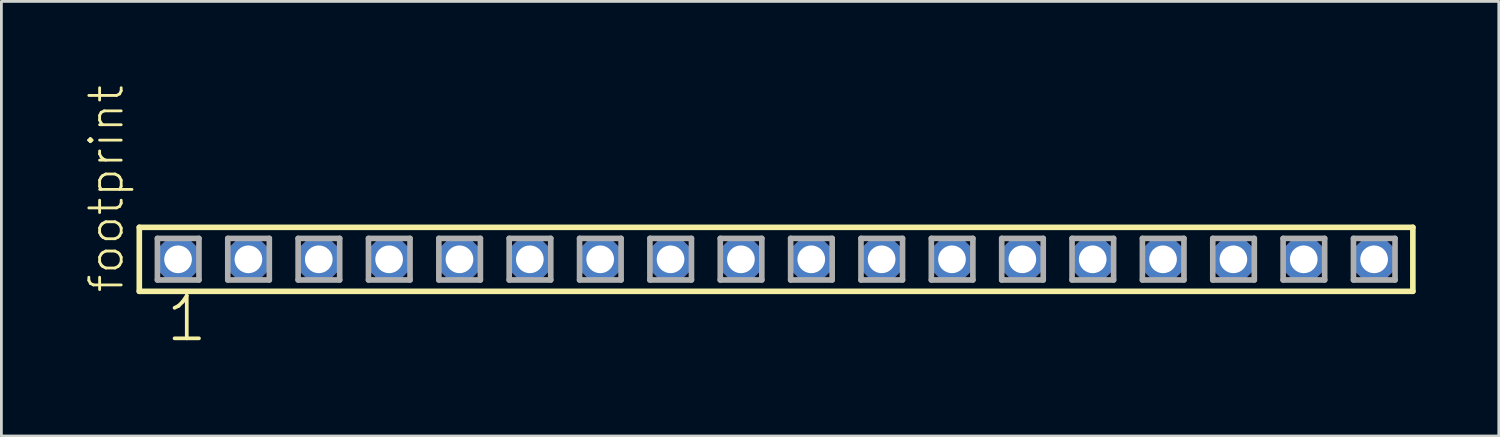
<source format=kicad_pcb>
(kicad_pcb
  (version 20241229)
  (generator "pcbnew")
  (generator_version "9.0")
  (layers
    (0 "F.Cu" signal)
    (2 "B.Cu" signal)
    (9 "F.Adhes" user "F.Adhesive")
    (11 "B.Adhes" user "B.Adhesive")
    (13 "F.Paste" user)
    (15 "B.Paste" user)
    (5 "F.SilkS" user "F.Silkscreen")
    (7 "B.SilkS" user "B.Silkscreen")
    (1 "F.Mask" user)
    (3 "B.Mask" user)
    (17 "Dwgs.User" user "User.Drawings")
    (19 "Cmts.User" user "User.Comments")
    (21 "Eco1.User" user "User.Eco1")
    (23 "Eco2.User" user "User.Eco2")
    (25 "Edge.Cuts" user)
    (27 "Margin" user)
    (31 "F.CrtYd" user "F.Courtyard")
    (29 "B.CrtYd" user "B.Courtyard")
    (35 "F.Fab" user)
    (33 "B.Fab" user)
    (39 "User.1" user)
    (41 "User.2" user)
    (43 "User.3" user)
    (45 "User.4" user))
  (footprint "footprint"
    (layer "F.Cu")
    (at 24.968 6.312)
    (property "Reference" "footprint" (at -23.495 1.27 90) (layer "F.SilkS") (effects (font (size 1.168 1.168) (thickness 0.102)) (justify left bottom)))
    (fp_line (start -22.989 -1.155) (end 22.989 -1.155) (stroke (width 0.203) (type solid)) (layer "F.SilkS"))
    (fp_line (start -22.989 1.155) (end -22.989 -1.155) (stroke (width 0.203) (type solid)) (layer "F.SilkS"))
    (fp_line (start 22.989 -1.155) (end 22.989 1.155) (stroke (width 0.203) (type solid)) (layer "F.SilkS"))
    (fp_line (start 22.989 1.155) (end -22.989 1.155) (stroke (width 0.203) (type solid)) (layer "F.SilkS"))
    (fp_line (start -22.335 -0.755) (end -20.835 -0.755) (stroke (width 0.203) (type solid)) (layer "F.Fab"))
    (fp_line (start -22.335 0.745) (end -22.335 -0.755) (stroke (width 0.203) (type solid)) (layer "F.Fab"))
    (fp_line (start -20.835 -0.755) (end -20.835 0.745) (stroke (width 0.203) (type solid)) (layer "F.Fab"))
    (fp_line (start -20.835 0.745) (end -22.335 0.745) (stroke (width 0.203) (type solid)) (layer "F.Fab"))
    (fp_line (start -19.795 -0.755) (end -18.295 -0.755) (stroke (width 0.203) (type solid)) (layer "F.Fab"))
    (fp_line (start -19.795 0.745) (end -19.795 -0.755) (stroke (width 0.203) (type solid)) (layer "F.Fab"))
    (fp_line (start -18.295 -0.755) (end -18.295 0.745) (stroke (width 0.203) (type solid)) (layer "F.Fab"))
    (fp_line (start -18.295 0.745) (end -19.795 0.745) (stroke (width 0.203) (type solid)) (layer "F.Fab"))
    (fp_line (start -17.255 -0.755) (end -15.755 -0.755) (stroke (width 0.203) (type solid)) (layer "F.Fab"))
    (fp_line (start -17.255 0.745) (end -17.255 -0.755) (stroke (width 0.203) (type solid)) (layer "F.Fab"))
    (fp_line (start -15.755 -0.755) (end -15.755 0.745) (stroke (width 0.203) (type solid)) (layer "F.Fab"))
    (fp_line (start -15.755 0.745) (end -17.255 0.745) (stroke (width 0.203) (type solid)) (layer "F.Fab"))
    (fp_line (start -14.715 -0.755) (end -13.215 -0.755) (stroke (width 0.203) (type solid)) (layer "F.Fab"))
    (fp_line (start -14.715 0.745) (end -14.715 -0.755) (stroke (width 0.203) (type solid)) (layer "F.Fab"))
    (fp_line (start -13.215 -0.755) (end -13.215 0.745) (stroke (width 0.203) (type solid)) (layer "F.Fab"))
    (fp_line (start -13.215 0.745) (end -14.715 0.745) (stroke (width 0.203) (type solid)) (layer "F.Fab"))
    (fp_line (start -12.175 -0.755) (end -10.675 -0.755) (stroke (width 0.203) (type solid)) (layer "F.Fab"))
    (fp_line (start -12.175 0.745) (end -12.175 -0.755) (stroke (width 0.203) (type solid)) (layer "F.Fab"))
    (fp_line (start -10.675 -0.755) (end -10.675 0.745) (stroke (width 0.203) (type solid)) (layer "F.Fab"))
    (fp_line (start -10.675 0.745) (end -12.175 0.745) (stroke (width 0.203) (type solid)) (layer "F.Fab"))
    (fp_line (start -9.635 -0.755) (end -8.135 -0.755) (stroke (width 0.203) (type solid)) (layer "F.Fab"))
    (fp_line (start -9.635 0.745) (end -9.635 -0.755) (stroke (width 0.203) (type solid)) (layer "F.Fab"))
    (fp_line (start -8.135 -0.755) (end -8.135 0.745) (stroke (width 0.203) (type solid)) (layer "F.Fab"))
    (fp_line (start -8.135 0.745) (end -9.635 0.745) (stroke (width 0.203) (type solid)) (layer "F.Fab"))
    (fp_line (start -7.095 -0.755) (end -5.595 -0.755) (stroke (width 0.203) (type solid)) (layer "F.Fab"))
    (fp_line (start -7.095 0.745) (end -7.095 -0.755) (stroke (width 0.203) (type solid)) (layer "F.Fab"))
    (fp_line (start -5.595 -0.755) (end -5.595 0.745) (stroke (width 0.203) (type solid)) (layer "F.Fab"))
    (fp_line (start -5.595 0.745) (end -7.095 0.745) (stroke (width 0.203) (type solid)) (layer "F.Fab"))
    (fp_line (start -4.555 -0.755) (end -3.055 -0.755) (stroke (width 0.203) (type solid)) (layer "F.Fab"))
    (fp_line (start -4.555 0.745) (end -4.555 -0.755) (stroke (width 0.203) (type solid)) (layer "F.Fab"))
    (fp_line (start -3.055 -0.755) (end -3.055 0.745) (stroke (width 0.203) (type solid)) (layer "F.Fab"))
    (fp_line (start -3.055 0.745) (end -4.555 0.745) (stroke (width 0.203) (type solid)) (layer "F.Fab"))
    (fp_line (start -2.015 -0.755) (end -0.515 -0.755) (stroke (width 0.203) (type solid)) (layer "F.Fab"))
    (fp_line (start -2.015 0.745) (end -2.015 -0.755) (stroke (width 0.203) (type solid)) (layer "F.Fab"))
    (fp_line (start -0.515 -0.755) (end -0.515 0.745) (stroke (width 0.203) (type solid)) (layer "F.Fab"))
    (fp_line (start -0.515 0.745) (end -2.015 0.745) (stroke (width 0.203) (type solid)) (layer "F.Fab"))
    (fp_line (start 0.525 -0.755) (end 2.025 -0.755) (stroke (width 0.203) (type solid)) (layer "F.Fab"))
    (fp_line (start 0.525 0.745) (end 0.525 -0.755) (stroke (width 0.203) (type solid)) (layer "F.Fab"))
    (fp_line (start 2.025 -0.755) (end 2.025 0.745) (stroke (width 0.203) (type solid)) (layer "F.Fab"))
    (fp_line (start 2.025 0.745) (end 0.525 0.745) (stroke (width 0.203) (type solid)) (layer "F.Fab"))
    (fp_line (start 3.065 -0.755) (end 4.565 -0.755) (stroke (width 0.203) (type solid)) (layer "F.Fab"))
    (fp_line (start 3.065 0.745) (end 3.065 -0.755) (stroke (width 0.203) (type solid)) (layer "F.Fab"))
    (fp_line (start 4.565 -0.755) (end 4.565 0.745) (stroke (width 0.203) (type solid)) (layer "F.Fab"))
    (fp_line (start 4.565 0.745) (end 3.065 0.745) (stroke (width 0.203) (type solid)) (layer "F.Fab"))
    (fp_line (start 5.605 -0.755) (end 7.105 -0.755) (stroke (width 0.203) (type solid)) (layer "F.Fab"))
    (fp_line (start 5.605 0.745) (end 5.605 -0.755) (stroke (width 0.203) (type solid)) (layer "F.Fab"))
    (fp_line (start 7.105 -0.755) (end 7.105 0.745) (stroke (width 0.203) (type solid)) (layer "F.Fab"))
    (fp_line (start 7.105 0.745) (end 5.605 0.745) (stroke (width 0.203) (type solid)) (layer "F.Fab"))
    (fp_line (start 8.145 -0.755) (end 9.645 -0.755) (stroke (width 0.203) (type solid)) (layer "F.Fab"))
    (fp_line (start 8.145 0.745) (end 8.145 -0.755) (stroke (width 0.203) (type solid)) (layer "F.Fab"))
    (fp_line (start 9.645 -0.755) (end 9.645 0.745) (stroke (width 0.203) (type solid)) (layer "F.Fab"))
    (fp_line (start 9.645 0.745) (end 8.145 0.745) (stroke (width 0.203) (type solid)) (layer "F.Fab"))
    (fp_line (start 10.685 -0.755) (end 12.185 -0.755) (stroke (width 0.203) (type solid)) (layer "F.Fab"))
    (fp_line (start 10.685 0.745) (end 10.685 -0.755) (stroke (width 0.203) (type solid)) (layer "F.Fab"))
    (fp_line (start 12.185 -0.755) (end 12.185 0.745) (stroke (width 0.203) (type solid)) (layer "F.Fab"))
    (fp_line (start 12.185 0.745) (end 10.685 0.745) (stroke (width 0.203) (type solid)) (layer "F.Fab"))
    (fp_line (start 13.225 -0.755) (end 14.725 -0.755) (stroke (width 0.203) (type solid)) (layer "F.Fab"))
    (fp_line (start 13.225 0.745) (end 13.225 -0.755) (stroke (width 0.203) (type solid)) (layer "F.Fab"))
    (fp_line (start 14.725 -0.755) (end 14.725 0.745) (stroke (width 0.203) (type solid)) (layer "F.Fab"))
    (fp_line (start 14.725 0.745) (end 13.225 0.745) (stroke (width 0.203) (type solid)) (layer "F.Fab"))
    (fp_line (start 15.765 -0.755) (end 17.265 -0.755) (stroke (width 0.203) (type solid)) (layer "F.Fab"))
    (fp_line (start 15.765 0.745) (end 15.765 -0.755) (stroke (width 0.203) (type solid)) (layer "F.Fab"))
    (fp_line (start 17.265 -0.755) (end 17.265 0.745) (stroke (width 0.203) (type solid)) (layer "F.Fab"))
    (fp_line (start 17.265 0.745) (end 15.765 0.745) (stroke (width 0.203) (type solid)) (layer "F.Fab"))
    (fp_line (start 18.305 -0.755) (end 19.805 -0.755) (stroke (width 0.203) (type solid)) (layer "F.Fab"))
    (fp_line (start 18.305 0.745) (end 18.305 -0.755) (stroke (width 0.203) (type solid)) (layer "F.Fab"))
    (fp_line (start 19.805 -0.755) (end 19.805 0.745) (stroke (width 0.203) (type solid)) (layer "F.Fab"))
    (fp_line (start 19.805 0.745) (end 18.305 0.745) (stroke (width 0.203) (type solid)) (layer "F.Fab"))
    (fp_line (start 20.845 -0.755) (end 22.345 -0.755) (stroke (width 0.203) (type solid)) (layer "F.Fab"))
    (fp_line (start 20.845 0.745) (end 20.845 -0.755) (stroke (width 0.203) (type solid)) (layer "F.Fab"))
    (fp_line (start 22.345 -0.755) (end 22.345 0.745) (stroke (width 0.203) (type solid)) (layer "F.Fab"))
    (fp_line (start 22.345 0.745) (end 20.845 0.745) (stroke (width 0.203) (type solid)) (layer "F.Fab"))
    (fp_text user "1" (at -22.098 3.048 0) (layer "F.SilkS") (effects (font (size 1.542 1.542) (thickness 0.134)) (justify left bottom)))
    (pad "1" thru_hole roundrect (at -21.59 0) (size 1.5 1.5) (drill 1) (layers "*.Cu" "*.Mask") (roundrect_rratio 0.25) (chamfer_ratio 0.25) (chamfer top_left top_right bottom_left bottom_right))
    (pad "2" thru_hole roundrect (at -19.05 0) (size 1.5 1.5) (drill 1) (layers "*.Cu" "*.Mask") (roundrect_rratio 0.25) (chamfer_ratio 0.25) (chamfer top_left top_right bottom_left bottom_right))
    (pad "3" thru_hole roundrect (at -16.51 0) (size 1.5 1.5) (drill 1) (layers "*.Cu" "*.Mask") (roundrect_rratio 0.25) (chamfer_ratio 0.25) (chamfer top_left top_right bottom_left bottom_right))
    (pad "4" thru_hole roundrect (at -13.97 0) (size 1.5 1.5) (drill 1) (layers "*.Cu" "*.Mask") (roundrect_rratio 0.25) (chamfer_ratio 0.25) (chamfer top_left top_right bottom_left bottom_right))
    (pad "5" thru_hole roundrect (at -11.43 0) (size 1.5 1.5) (drill 1) (layers "*.Cu" "*.Mask") (roundrect_rratio 0.25) (chamfer_ratio 0.25) (chamfer top_left top_right bottom_left bottom_right))
    (pad "6" thru_hole roundrect (at -8.89 0) (size 1.5 1.5) (drill 1) (layers "*.Cu" "*.Mask") (roundrect_rratio 0.25) (chamfer_ratio 0.25) (chamfer top_left top_right bottom_left bottom_right))
    (pad "7" thru_hole roundrect (at -6.35 0) (size 1.5 1.5) (drill 1) (layers "*.Cu" "*.Mask") (roundrect_rratio 0.25) (chamfer_ratio 0.25) (chamfer top_left top_right bottom_left bottom_right))
    (pad "8" thru_hole roundrect (at -3.81 0) (size 1.5 1.5) (drill 1) (layers "*.Cu" "*.Mask") (roundrect_rratio 0.25) (chamfer_ratio 0.25) (chamfer top_left top_right bottom_left bottom_right))
    (pad "9" thru_hole roundrect (at -1.27 0) (size 1.5 1.5) (drill 1) (layers "*.Cu" "*.Mask") (roundrect_rratio 0.25) (chamfer_ratio 0.25) (chamfer top_left top_right bottom_left bottom_right))
    (pad "10" thru_hole roundrect (at 1.27 0) (size 1.5 1.5) (drill 1) (layers "*.Cu" "*.Mask") (roundrect_rratio 0.25) (chamfer_ratio 0.25) (chamfer top_left top_right bottom_left bottom_right))
    (pad "11" thru_hole roundrect (at 3.81 0) (size 1.5 1.5) (drill 1) (layers "*.Cu" "*.Mask") (roundrect_rratio 0.25) (chamfer_ratio 0.25) (chamfer top_left top_right bottom_left bottom_right))
    (pad "12" thru_hole roundrect (at 6.35 0) (size 1.5 1.5) (drill 1) (layers "*.Cu" "*.Mask") (roundrect_rratio 0.25) (chamfer_ratio 0.25) (chamfer top_left top_right bottom_left bottom_right))
    (pad "13" thru_hole roundrect (at 8.89 0) (size 1.5 1.5) (drill 1) (layers "*.Cu" "*.Mask") (roundrect_rratio 0.25) (chamfer_ratio 0.25) (chamfer top_left top_right bottom_left bottom_right))
    (pad "14" thru_hole roundrect (at 11.43 0) (size 1.5 1.5) (drill 1) (layers "*.Cu" "*.Mask") (roundrect_rratio 0.25) (chamfer_ratio 0.25) (chamfer top_left top_right bottom_left bottom_right))
    (pad "15" thru_hole roundrect (at 13.97 0) (size 1.5 1.5) (drill 1) (layers "*.Cu" "*.Mask") (roundrect_rratio 0.25) (chamfer_ratio 0.25) (chamfer top_left top_right bottom_left bottom_right))
    (pad "16" thru_hole roundrect (at 16.51 0) (size 1.5 1.5) (drill 1) (layers "*.Cu" "*.Mask") (roundrect_rratio 0.25) (chamfer_ratio 0.25) (chamfer top_left top_right bottom_left bottom_right))
    (pad "17" thru_hole roundrect (at 19.05 0) (size 1.5 1.5) (drill 1) (layers "*.Cu" "*.Mask") (roundrect_rratio 0.25) (chamfer_ratio 0.25) (chamfer top_left top_right bottom_left bottom_right))
    (pad "18" thru_hole roundrect (at 21.59 0) (size 1.5 1.5) (drill 1) (layers "*.Cu" "*.Mask") (roundrect_rratio 0.25) (chamfer_ratio 0.25) (chamfer top_left top_right bottom_left bottom_right)))
  (gr_rect
    (start -3 -3)
    (end 51.059 12.691)
    (stroke (width 0.1) (type default))
    (fill no)
    (layer "Edge.Cuts")))
</source>
